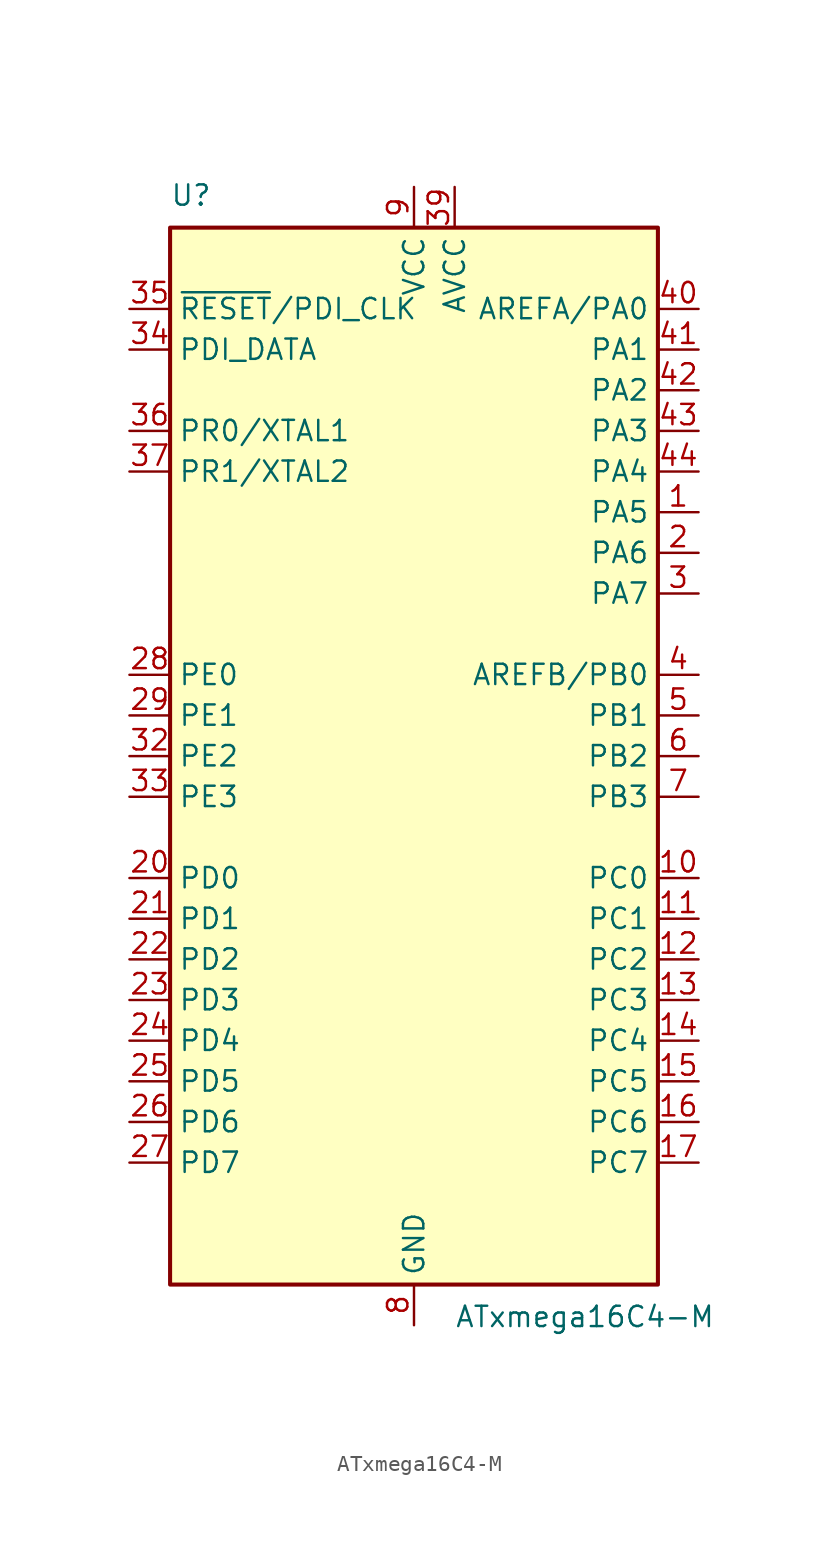
<source format=kicad_sym>
(kicad_symbol_lib
  (version 20201005)
  (generator kicad_symbol_editor)
  (symbol "MCU_Microchip_ATmega:ATxmega16C4-M"
    (property "Reference" "U"
      (at -15.24 34.29 0)
      (effects (font (size 1.27 1.27)) (justify left bottom)))
    (property "Value" "ATxmega16C4-M"
      (at 2.54 -34.29 0)
      (effects (font (size 1.27 1.27)) (justify left top)))
    (symbol "ATxmega16C4-M_0_1"
      (rectangle (start -15.24 -33.02) (end 15.24 33.02) (stroke (width 0.254)) (fill (type background))))
    (symbol "ATxmega16C4-M_1_1"
      (pin bidirectional line (at 17.78 15.24 180) (length 2.54) (name "PA5" (effects (font (size 1.27 1.27)))) (number "1" (effects (font (size 1.27 1.27)))))
      (pin bidirectional line (at 17.78 -7.62 180) (length 2.54) (name "PC0" (effects (font (size 1.27 1.27)))) (number "10" (effects (font (size 1.27 1.27)))))
      (pin bidirectional line (at 17.78 -10.16 180) (length 2.54) (name "PC1" (effects (font (size 1.27 1.27)))) (number "11" (effects (font (size 1.27 1.27)))))
      (pin bidirectional line (at 17.78 -12.7 180) (length 2.54) (name "PC2" (effects (font (size 1.27 1.27)))) (number "12" (effects (font (size 1.27 1.27)))))
      (pin bidirectional line (at 17.78 -15.24 180) (length 2.54) (name "PC3" (effects (font (size 1.27 1.27)))) (number "13" (effects (font (size 1.27 1.27)))))
      (pin bidirectional line (at 17.78 -17.78 180) (length 2.54) (name "PC4" (effects (font (size 1.27 1.27)))) (number "14" (effects (font (size 1.27 1.27)))))
      (pin bidirectional line (at 17.78 -20.32 180) (length 2.54) (name "PC5" (effects (font (size 1.27 1.27)))) (number "15" (effects (font (size 1.27 1.27)))))
      (pin bidirectional line (at 17.78 -22.86 180) (length 2.54) (name "PC6" (effects (font (size 1.27 1.27)))) (number "16" (effects (font (size 1.27 1.27)))))
      (pin bidirectional line (at 17.78 -25.4 180) (length 2.54) (name "PC7" (effects (font (size 1.27 1.27)))) (number "17" (effects (font (size 1.27 1.27)))))
      (pin passive line (at 0 -35.56 90) (length 2.54) hide (name "GND" (effects (font (size 1.27 1.27)))) (number "18" (effects (font (size 1.27 1.27)))))
      (pin passive line (at 0 35.56 270) (length 2.54) hide (name "VCC" (effects (font (size 1.27 1.27)))) (number "19" (effects (font (size 1.27 1.27)))))
      (pin bidirectional line (at 17.78 12.7 180) (length 2.54) (name "PA6" (effects (font (size 1.27 1.27)))) (number "2" (effects (font (size 1.27 1.27)))))
      (pin bidirectional line (at -17.78 -7.62 0) (length 2.54) (name "PD0" (effects (font (size 1.27 1.27)))) (number "20" (effects (font (size 1.27 1.27)))))
      (pin bidirectional line (at -17.78 -10.16 0) (length 2.54) (name "PD1" (effects (font (size 1.27 1.27)))) (number "21" (effects (font (size 1.27 1.27)))))
      (pin bidirectional line (at -17.78 -12.7 0) (length 2.54) (name "PD2" (effects (font (size 1.27 1.27)))) (number "22" (effects (font (size 1.27 1.27)))))
      (pin bidirectional line (at -17.78 -15.24 0) (length 2.54) (name "PD3" (effects (font (size 1.27 1.27)))) (number "23" (effects (font (size 1.27 1.27)))))
      (pin bidirectional line (at -17.78 -17.78 0) (length 2.54) (name "PD4" (effects (font (size 1.27 1.27)))) (number "24" (effects (font (size 1.27 1.27)))))
      (pin bidirectional line (at -17.78 -20.32 0) (length 2.54) (name "PD5" (effects (font (size 1.27 1.27)))) (number "25" (effects (font (size 1.27 1.27)))))
      (pin bidirectional line (at -17.78 -22.86 0) (length 2.54) (name "PD6" (effects (font (size 1.27 1.27)))) (number "26" (effects (font (size 1.27 1.27)))))
      (pin bidirectional line (at -17.78 -25.4 0) (length 2.54) (name "PD7" (effects (font (size 1.27 1.27)))) (number "27" (effects (font (size 1.27 1.27)))))
      (pin bidirectional line (at -17.78 5.08 0) (length 2.54) (name "PE0" (effects (font (size 1.27 1.27)))) (number "28" (effects (font (size 1.27 1.27)))))
      (pin bidirectional line (at -17.78 2.54 0) (length 2.54) (name "PE1" (effects (font (size 1.27 1.27)))) (number "29" (effects (font (size 1.27 1.27)))))
      (pin bidirectional line (at 17.78 10.16 180) (length 2.54) (name "PA7" (effects (font (size 1.27 1.27)))) (number "3" (effects (font (size 1.27 1.27)))))
      (pin passive line (at 0 -35.56 90) (length 2.54) hide (name "GND" (effects (font (size 1.27 1.27)))) (number "30" (effects (font (size 1.27 1.27)))))
      (pin passive line (at 0 35.56 270) (length 2.54) hide (name "VCC" (effects (font (size 1.27 1.27)))) (number "31" (effects (font (size 1.27 1.27)))))
      (pin bidirectional line (at -17.78 0 0) (length 2.54) (name "PE2" (effects (font (size 1.27 1.27)))) (number "32" (effects (font (size 1.27 1.27)))))
      (pin bidirectional line (at -17.78 -2.54 0) (length 2.54) (name "PE3" (effects (font (size 1.27 1.27)))) (number "33" (effects (font (size 1.27 1.27)))))
      (pin bidirectional line (at -17.78 25.4 0) (length 2.54) (name "PDI_DATA" (effects (font (size 1.27 1.27)))) (number "34" (effects (font (size 1.27 1.27)))))
      (pin input line (at -17.78 27.94 0) (length 2.54) (name "~RESET~/PDI_CLK" (effects (font (size 1.27 1.27)))) (number "35" (effects (font (size 1.27 1.27)))))
      (pin bidirectional line (at -17.78 20.32 0) (length 2.54) (name "PR0/XTAL1" (effects (font (size 1.27 1.27)))) (number "36" (effects (font (size 1.27 1.27)))))
      (pin bidirectional line (at -17.78 17.78 0) (length 2.54) (name "PR1/XTAL2" (effects (font (size 1.27 1.27)))) (number "37" (effects (font (size 1.27 1.27)))))
      (pin passive line (at 0 -35.56 90) (length 2.54) hide (name "GND" (effects (font (size 1.27 1.27)))) (number "38" (effects (font (size 1.27 1.27)))))
      (pin power_in line (at 2.54 35.56 270) (length 2.54) (name "AVCC" (effects (font (size 1.27 1.27)))) (number "39" (effects (font (size 1.27 1.27)))))
      (pin bidirectional line (at 17.78 5.08 180) (length 2.54) (name "AREFB/PB0" (effects (font (size 1.27 1.27)))) (number "4" (effects (font (size 1.27 1.27)))))
      (pin bidirectional line (at 17.78 27.94 180) (length 2.54) (name "AREFA/PA0" (effects (font (size 1.27 1.27)))) (number "40" (effects (font (size 1.27 1.27)))))
      (pin bidirectional line (at 17.78 25.4 180) (length 2.54) (name "PA1" (effects (font (size 1.27 1.27)))) (number "41" (effects (font (size 1.27 1.27)))))
      (pin bidirectional line (at 17.78 22.86 180) (length 2.54) (name "PA2" (effects (font (size 1.27 1.27)))) (number "42" (effects (font (size 1.27 1.27)))))
      (pin bidirectional line (at 17.78 20.32 180) (length 2.54) (name "PA3" (effects (font (size 1.27 1.27)))) (number "43" (effects (font (size 1.27 1.27)))))
      (pin bidirectional line (at 17.78 17.78 180) (length 2.54) (name "PA4" (effects (font (size 1.27 1.27)))) (number "44" (effects (font (size 1.27 1.27)))))
      (pin passive line (at 0 -35.56 90) (length 2.54) hide (name "GND" (effects (font (size 1.27 1.27)))) (number "45" (effects (font (size 1.27 1.27)))))
      (pin bidirectional line (at 17.78 2.54 180) (length 2.54) (name "PB1" (effects (font (size 1.27 1.27)))) (number "5" (effects (font (size 1.27 1.27)))))
      (pin bidirectional line (at 17.78 0 180) (length 2.54) (name "PB2" (effects (font (size 1.27 1.27)))) (number "6" (effects (font (size 1.27 1.27)))))
      (pin bidirectional line (at 17.78 -2.54 180) (length 2.54) (name "PB3" (effects (font (size 1.27 1.27)))) (number "7" (effects (font (size 1.27 1.27)))))
      (pin power_in line (at 0 -35.56 90) (length 2.54) (name "GND" (effects (font (size 1.27 1.27)))) (number "8" (effects (font (size 1.27 1.27)))))
      (pin power_in line (at 0 35.56 270) (length 2.54) (name "VCC" (effects (font (size 1.27 1.27)))) (number "9" (effects (font (size 1.27 1.27))))))))
</source>
